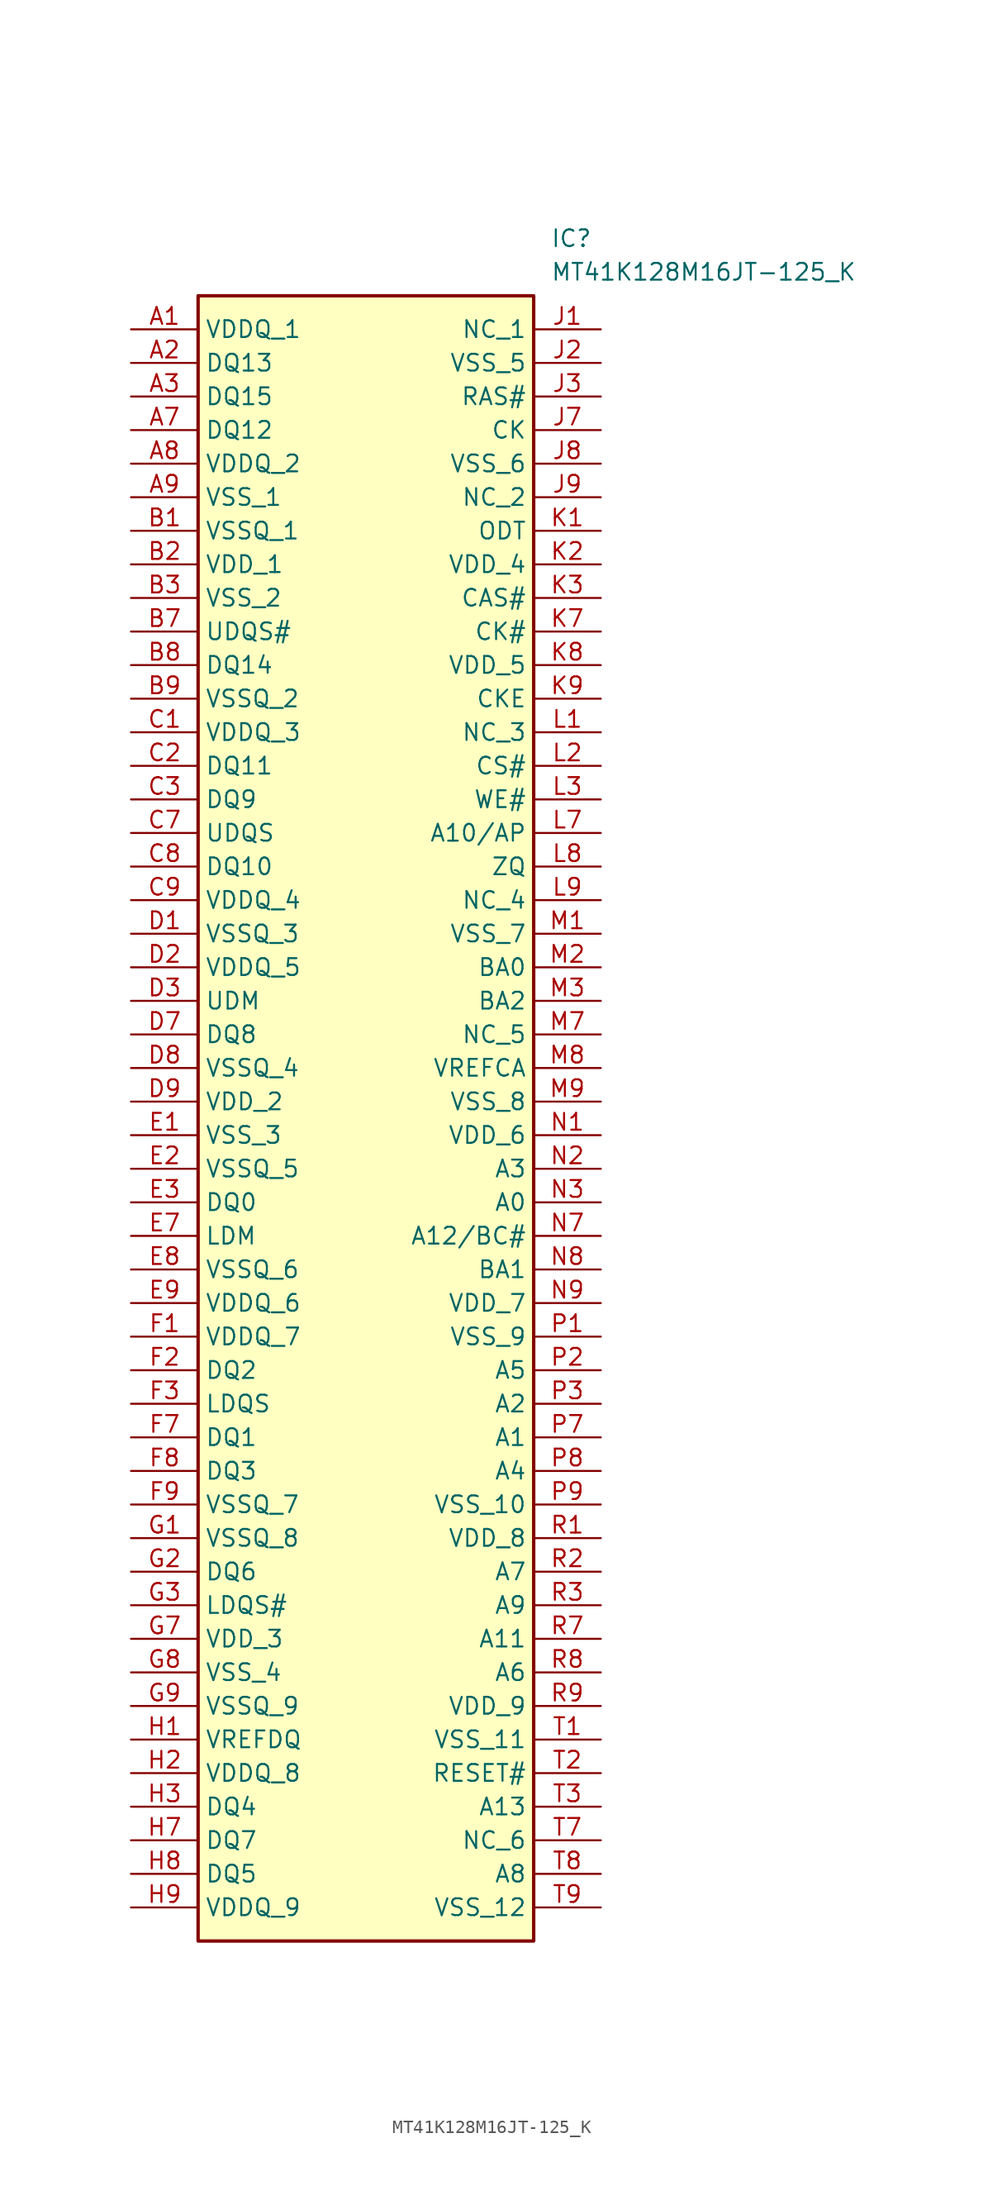
<source format=kicad_sym>
(kicad_symbol_lib
  (version 20241209)
  (generator "kicad_symbol_editor")
  (generator_version "9.0")
  (symbol "MT41K128M16JT-125_K"
    (property "Reference" "IC"
      (at 31.75 7.62 0)
      (effects (font (size 1.27 1.27)) (justify left top)))
    (property "Value" "MT41K128M16JT-125_K"
      (at 31.75 5.08 0)
      (effects (font (size 1.27 1.27)) (justify left top)))
    (symbol "MT41K128M16JT-125_K_1_1"
      (rectangle (start 5.08 2.54) (end 30.48 -121.92) (stroke (width 0.254) (type default)) (fill (type background)))
      (pin passive line (at 0 0 0) (length 5.08) (name "VDDQ_1" (effects (font (size 1.27 1.27)))) (number "A1" (effects (font (size 1.27 1.27)))))
      (pin passive line (at 0 -2.54 0) (length 5.08) (name "DQ13" (effects (font (size 1.27 1.27)))) (number "A2" (effects (font (size 1.27 1.27)))))
      (pin passive line (at 0 -5.08 0) (length 5.08) (name "DQ15" (effects (font (size 1.27 1.27)))) (number "A3" (effects (font (size 1.27 1.27)))))
      (pin passive line (at 0 -7.62 0) (length 5.08) (name "DQ12" (effects (font (size 1.27 1.27)))) (number "A7" (effects (font (size 1.27 1.27)))))
      (pin passive line (at 0 -10.16 0) (length 5.08) (name "VDDQ_2" (effects (font (size 1.27 1.27)))) (number "A8" (effects (font (size 1.27 1.27)))))
      (pin passive line (at 0 -12.7 0) (length 5.08) (name "VSS_1" (effects (font (size 1.27 1.27)))) (number "A9" (effects (font (size 1.27 1.27)))))
      (pin passive line (at 0 -15.24 0) (length 5.08) (name "VSSQ_1" (effects (font (size 1.27 1.27)))) (number "B1" (effects (font (size 1.27 1.27)))))
      (pin passive line (at 0 -17.78 0) (length 5.08) (name "VDD_1" (effects (font (size 1.27 1.27)))) (number "B2" (effects (font (size 1.27 1.27)))))
      (pin passive line (at 0 -20.32 0) (length 5.08) (name "VSS_2" (effects (font (size 1.27 1.27)))) (number "B3" (effects (font (size 1.27 1.27)))))
      (pin passive line (at 0 -22.86 0) (length 5.08) (name "UDQS#" (effects (font (size 1.27 1.27)))) (number "B7" (effects (font (size 1.27 1.27)))))
      (pin passive line (at 0 -25.4 0) (length 5.08) (name "DQ14" (effects (font (size 1.27 1.27)))) (number "B8" (effects (font (size 1.27 1.27)))))
      (pin passive line (at 0 -27.94 0) (length 5.08) (name "VSSQ_2" (effects (font (size 1.27 1.27)))) (number "B9" (effects (font (size 1.27 1.27)))))
      (pin passive line (at 0 -30.48 0) (length 5.08) (name "VDDQ_3" (effects (font (size 1.27 1.27)))) (number "C1" (effects (font (size 1.27 1.27)))))
      (pin passive line (at 0 -33.02 0) (length 5.08) (name "DQ11" (effects (font (size 1.27 1.27)))) (number "C2" (effects (font (size 1.27 1.27)))))
      (pin passive line (at 0 -35.56 0) (length 5.08) (name "DQ9" (effects (font (size 1.27 1.27)))) (number "C3" (effects (font (size 1.27 1.27)))))
      (pin passive line (at 0 -38.1 0) (length 5.08) (name "UDQS" (effects (font (size 1.27 1.27)))) (number "C7" (effects (font (size 1.27 1.27)))))
      (pin passive line (at 0 -40.64 0) (length 5.08) (name "DQ10" (effects (font (size 1.27 1.27)))) (number "C8" (effects (font (size 1.27 1.27)))))
      (pin passive line (at 0 -43.18 0) (length 5.08) (name "VDDQ_4" (effects (font (size 1.27 1.27)))) (number "C9" (effects (font (size 1.27 1.27)))))
      (pin passive line (at 0 -45.72 0) (length 5.08) (name "VSSQ_3" (effects (font (size 1.27 1.27)))) (number "D1" (effects (font (size 1.27 1.27)))))
      (pin passive line (at 0 -48.26 0) (length 5.08) (name "VDDQ_5" (effects (font (size 1.27 1.27)))) (number "D2" (effects (font (size 1.27 1.27)))))
      (pin passive line (at 0 -50.8 0) (length 5.08) (name "UDM" (effects (font (size 1.27 1.27)))) (number "D3" (effects (font (size 1.27 1.27)))))
      (pin passive line (at 0 -53.34 0) (length 5.08) (name "DQ8" (effects (font (size 1.27 1.27)))) (number "D7" (effects (font (size 1.27 1.27)))))
      (pin passive line (at 0 -55.88 0) (length 5.08) (name "VSSQ_4" (effects (font (size 1.27 1.27)))) (number "D8" (effects (font (size 1.27 1.27)))))
      (pin passive line (at 0 -58.42 0) (length 5.08) (name "VDD_2" (effects (font (size 1.27 1.27)))) (number "D9" (effects (font (size 1.27 1.27)))))
      (pin passive line (at 0 -60.96 0) (length 5.08) (name "VSS_3" (effects (font (size 1.27 1.27)))) (number "E1" (effects (font (size 1.27 1.27)))))
      (pin passive line (at 0 -63.5 0) (length 5.08) (name "VSSQ_5" (effects (font (size 1.27 1.27)))) (number "E2" (effects (font (size 1.27 1.27)))))
      (pin passive line (at 0 -66.04 0) (length 5.08) (name "DQ0" (effects (font (size 1.27 1.27)))) (number "E3" (effects (font (size 1.27 1.27)))))
      (pin passive line (at 0 -68.58 0) (length 5.08) (name "LDM" (effects (font (size 1.27 1.27)))) (number "E7" (effects (font (size 1.27 1.27)))))
      (pin passive line (at 0 -71.12 0) (length 5.08) (name "VSSQ_6" (effects (font (size 1.27 1.27)))) (number "E8" (effects (font (size 1.27 1.27)))))
      (pin passive line (at 0 -73.66 0) (length 5.08) (name "VDDQ_6" (effects (font (size 1.27 1.27)))) (number "E9" (effects (font (size 1.27 1.27)))))
      (pin passive line (at 0 -76.2 0) (length 5.08) (name "VDDQ_7" (effects (font (size 1.27 1.27)))) (number "F1" (effects (font (size 1.27 1.27)))))
      (pin passive line (at 0 -78.74 0) (length 5.08) (name "DQ2" (effects (font (size 1.27 1.27)))) (number "F2" (effects (font (size 1.27 1.27)))))
      (pin passive line (at 0 -81.28 0) (length 5.08) (name "LDQS" (effects (font (size 1.27 1.27)))) (number "F3" (effects (font (size 1.27 1.27)))))
      (pin passive line (at 0 -83.82 0) (length 5.08) (name "DQ1" (effects (font (size 1.27 1.27)))) (number "F7" (effects (font (size 1.27 1.27)))))
      (pin passive line (at 0 -86.36 0) (length 5.08) (name "DQ3" (effects (font (size 1.27 1.27)))) (number "F8" (effects (font (size 1.27 1.27)))))
      (pin passive line (at 0 -88.9 0) (length 5.08) (name "VSSQ_7" (effects (font (size 1.27 1.27)))) (number "F9" (effects (font (size 1.27 1.27)))))
      (pin passive line (at 0 -91.44 0) (length 5.08) (name "VSSQ_8" (effects (font (size 1.27 1.27)))) (number "G1" (effects (font (size 1.27 1.27)))))
      (pin passive line (at 0 -93.98 0) (length 5.08) (name "DQ6" (effects (font (size 1.27 1.27)))) (number "G2" (effects (font (size 1.27 1.27)))))
      (pin passive line (at 0 -96.52 0) (length 5.08) (name "LDQS#" (effects (font (size 1.27 1.27)))) (number "G3" (effects (font (size 1.27 1.27)))))
      (pin passive line (at 0 -99.06 0) (length 5.08) (name "VDD_3" (effects (font (size 1.27 1.27)))) (number "G7" (effects (font (size 1.27 1.27)))))
      (pin passive line (at 0 -101.6 0) (length 5.08) (name "VSS_4" (effects (font (size 1.27 1.27)))) (number "G8" (effects (font (size 1.27 1.27)))))
      (pin passive line (at 0 -104.14 0) (length 5.08) (name "VSSQ_9" (effects (font (size 1.27 1.27)))) (number "G9" (effects (font (size 1.27 1.27)))))
      (pin passive line (at 0 -106.68 0) (length 5.08) (name "VREFDQ" (effects (font (size 1.27 1.27)))) (number "H1" (effects (font (size 1.27 1.27)))))
      (pin passive line (at 0 -109.22 0) (length 5.08) (name "VDDQ_8" (effects (font (size 1.27 1.27)))) (number "H2" (effects (font (size 1.27 1.27)))))
      (pin passive line (at 0 -111.76 0) (length 5.08) (name "DQ4" (effects (font (size 1.27 1.27)))) (number "H3" (effects (font (size 1.27 1.27)))))
      (pin passive line (at 0 -114.3 0) (length 5.08) (name "DQ7" (effects (font (size 1.27 1.27)))) (number "H7" (effects (font (size 1.27 1.27)))))
      (pin passive line (at 0 -116.84 0) (length 5.08) (name "DQ5" (effects (font (size 1.27 1.27)))) (number "H8" (effects (font (size 1.27 1.27)))))
      (pin passive line (at 0 -119.38 0) (length 5.08) (name "VDDQ_9" (effects (font (size 1.27 1.27)))) (number "H9" (effects (font (size 1.27 1.27)))))
      (pin passive line (at 35.56 0 180) (length 5.08) (name "NC_1" (effects (font (size 1.27 1.27)))) (number "J1" (effects (font (size 1.27 1.27)))))
      (pin passive line (at 35.56 -2.54 180) (length 5.08) (name "VSS_5" (effects (font (size 1.27 1.27)))) (number "J2" (effects (font (size 1.27 1.27)))))
      (pin passive line (at 35.56 -5.08 180) (length 5.08) (name "RAS#" (effects (font (size 1.27 1.27)))) (number "J3" (effects (font (size 1.27 1.27)))))
      (pin passive line (at 35.56 -7.62 180) (length 5.08) (name "CK" (effects (font (size 1.27 1.27)))) (number "J7" (effects (font (size 1.27 1.27)))))
      (pin passive line (at 35.56 -10.16 180) (length 5.08) (name "VSS_6" (effects (font (size 1.27 1.27)))) (number "J8" (effects (font (size 1.27 1.27)))))
      (pin passive line (at 35.56 -12.7 180) (length 5.08) (name "NC_2" (effects (font (size 1.27 1.27)))) (number "J9" (effects (font (size 1.27 1.27)))))
      (pin passive line (at 35.56 -15.24 180) (length 5.08) (name "ODT" (effects (font (size 1.27 1.27)))) (number "K1" (effects (font (size 1.27 1.27)))))
      (pin passive line (at 35.56 -17.78 180) (length 5.08) (name "VDD_4" (effects (font (size 1.27 1.27)))) (number "K2" (effects (font (size 1.27 1.27)))))
      (pin passive line (at 35.56 -20.32 180) (length 5.08) (name "CAS#" (effects (font (size 1.27 1.27)))) (number "K3" (effects (font (size 1.27 1.27)))))
      (pin passive line (at 35.56 -22.86 180) (length 5.08) (name "CK#" (effects (font (size 1.27 1.27)))) (number "K7" (effects (font (size 1.27 1.27)))))
      (pin passive line (at 35.56 -25.4 180) (length 5.08) (name "VDD_5" (effects (font (size 1.27 1.27)))) (number "K8" (effects (font (size 1.27 1.27)))))
      (pin passive line (at 35.56 -27.94 180) (length 5.08) (name "CKE" (effects (font (size 1.27 1.27)))) (number "K9" (effects (font (size 1.27 1.27)))))
      (pin passive line (at 35.56 -30.48 180) (length 5.08) (name "NC_3" (effects (font (size 1.27 1.27)))) (number "L1" (effects (font (size 1.27 1.27)))))
      (pin passive line (at 35.56 -33.02 180) (length 5.08) (name "CS#" (effects (font (size 1.27 1.27)))) (number "L2" (effects (font (size 1.27 1.27)))))
      (pin passive line (at 35.56 -35.56 180) (length 5.08) (name "WE#" (effects (font (size 1.27 1.27)))) (number "L3" (effects (font (size 1.27 1.27)))))
      (pin passive line (at 35.56 -38.1 180) (length 5.08) (name "A10/AP" (effects (font (size 1.27 1.27)))) (number "L7" (effects (font (size 1.27 1.27)))))
      (pin passive line (at 35.56 -40.64 180) (length 5.08) (name "ZQ" (effects (font (size 1.27 1.27)))) (number "L8" (effects (font (size 1.27 1.27)))))
      (pin passive line (at 35.56 -43.18 180) (length 5.08) (name "NC_4" (effects (font (size 1.27 1.27)))) (number "L9" (effects (font (size 1.27 1.27)))))
      (pin passive line (at 35.56 -45.72 180) (length 5.08) (name "VSS_7" (effects (font (size 1.27 1.27)))) (number "M1" (effects (font (size 1.27 1.27)))))
      (pin passive line (at 35.56 -48.26 180) (length 5.08) (name "BA0" (effects (font (size 1.27 1.27)))) (number "M2" (effects (font (size 1.27 1.27)))))
      (pin passive line (at 35.56 -50.8 180) (length 5.08) (name "BA2" (effects (font (size 1.27 1.27)))) (number "M3" (effects (font (size 1.27 1.27)))))
      (pin passive line (at 35.56 -53.34 180) (length 5.08) (name "NC_5" (effects (font (size 1.27 1.27)))) (number "M7" (effects (font (size 1.27 1.27)))))
      (pin passive line (at 35.56 -55.88 180) (length 5.08) (name "VREFCA" (effects (font (size 1.27 1.27)))) (number "M8" (effects (font (size 1.27 1.27)))))
      (pin passive line (at 35.56 -58.42 180) (length 5.08) (name "VSS_8" (effects (font (size 1.27 1.27)))) (number "M9" (effects (font (size 1.27 1.27)))))
      (pin passive line (at 35.56 -60.96 180) (length 5.08) (name "VDD_6" (effects (font (size 1.27 1.27)))) (number "N1" (effects (font (size 1.27 1.27)))))
      (pin passive line (at 35.56 -63.5 180) (length 5.08) (name "A3" (effects (font (size 1.27 1.27)))) (number "N2" (effects (font (size 1.27 1.27)))))
      (pin passive line (at 35.56 -66.04 180) (length 5.08) (name "A0" (effects (font (size 1.27 1.27)))) (number "N3" (effects (font (size 1.27 1.27)))))
      (pin passive line (at 35.56 -68.58 180) (length 5.08) (name "A12/BC#" (effects (font (size 1.27 1.27)))) (number "N7" (effects (font (size 1.27 1.27)))))
      (pin passive line (at 35.56 -71.12 180) (length 5.08) (name "BA1" (effects (font (size 1.27 1.27)))) (number "N8" (effects (font (size 1.27 1.27)))))
      (pin passive line (at 35.56 -73.66 180) (length 5.08) (name "VDD_7" (effects (font (size 1.27 1.27)))) (number "N9" (effects (font (size 1.27 1.27)))))
      (pin passive line (at 35.56 -76.2 180) (length 5.08) (name "VSS_9" (effects (font (size 1.27 1.27)))) (number "P1" (effects (font (size 1.27 1.27)))))
      (pin passive line (at 35.56 -78.74 180) (length 5.08) (name "A5" (effects (font (size 1.27 1.27)))) (number "P2" (effects (font (size 1.27 1.27)))))
      (pin passive line (at 35.56 -81.28 180) (length 5.08) (name "A2" (effects (font (size 1.27 1.27)))) (number "P3" (effects (font (size 1.27 1.27)))))
      (pin passive line (at 35.56 -83.82 180) (length 5.08) (name "A1" (effects (font (size 1.27 1.27)))) (number "P7" (effects (font (size 1.27 1.27)))))
      (pin passive line (at 35.56 -86.36 180) (length 5.08) (name "A4" (effects (font (size 1.27 1.27)))) (number "P8" (effects (font (size 1.27 1.27)))))
      (pin passive line (at 35.56 -88.9 180) (length 5.08) (name "VSS_10" (effects (font (size 1.27 1.27)))) (number "P9" (effects (font (size 1.27 1.27)))))
      (pin passive line (at 35.56 -91.44 180) (length 5.08) (name "VDD_8" (effects (font (size 1.27 1.27)))) (number "R1" (effects (font (size 1.27 1.27)))))
      (pin passive line (at 35.56 -93.98 180) (length 5.08) (name "A7" (effects (font (size 1.27 1.27)))) (number "R2" (effects (font (size 1.27 1.27)))))
      (pin passive line (at 35.56 -96.52 180) (length 5.08) (name "A9" (effects (font (size 1.27 1.27)))) (number "R3" (effects (font (size 1.27 1.27)))))
      (pin passive line (at 35.56 -99.06 180) (length 5.08) (name "A11" (effects (font (size 1.27 1.27)))) (number "R7" (effects (font (size 1.27 1.27)))))
      (pin passive line (at 35.56 -101.6 180) (length 5.08) (name "A6" (effects (font (size 1.27 1.27)))) (number "R8" (effects (font (size 1.27 1.27)))))
      (pin passive line (at 35.56 -104.14 180) (length 5.08) (name "VDD_9" (effects (font (size 1.27 1.27)))) (number "R9" (effects (font (size 1.27 1.27)))))
      (pin passive line (at 35.56 -106.68 180) (length 5.08) (name "VSS_11" (effects (font (size 1.27 1.27)))) (number "T1" (effects (font (size 1.27 1.27)))))
      (pin passive line (at 35.56 -109.22 180) (length 5.08) (name "RESET#" (effects (font (size 1.27 1.27)))) (number "T2" (effects (font (size 1.27 1.27)))))
      (pin passive line (at 35.56 -111.76 180) (length 5.08) (name "A13" (effects (font (size 1.27 1.27)))) (number "T3" (effects (font (size 1.27 1.27)))))
      (pin passive line (at 35.56 -114.3 180) (length 5.08) (name "NC_6" (effects (font (size 1.27 1.27)))) (number "T7" (effects (font (size 1.27 1.27)))))
      (pin passive line (at 35.56 -116.84 180) (length 5.08) (name "A8" (effects (font (size 1.27 1.27)))) (number "T8" (effects (font (size 1.27 1.27)))))
      (pin passive line (at 35.56 -119.38 180) (length 5.08) (name "VSS_12" (effects (font (size 1.27 1.27)))) (number "T9" (effects (font (size 1.27 1.27))))))))
</source>
